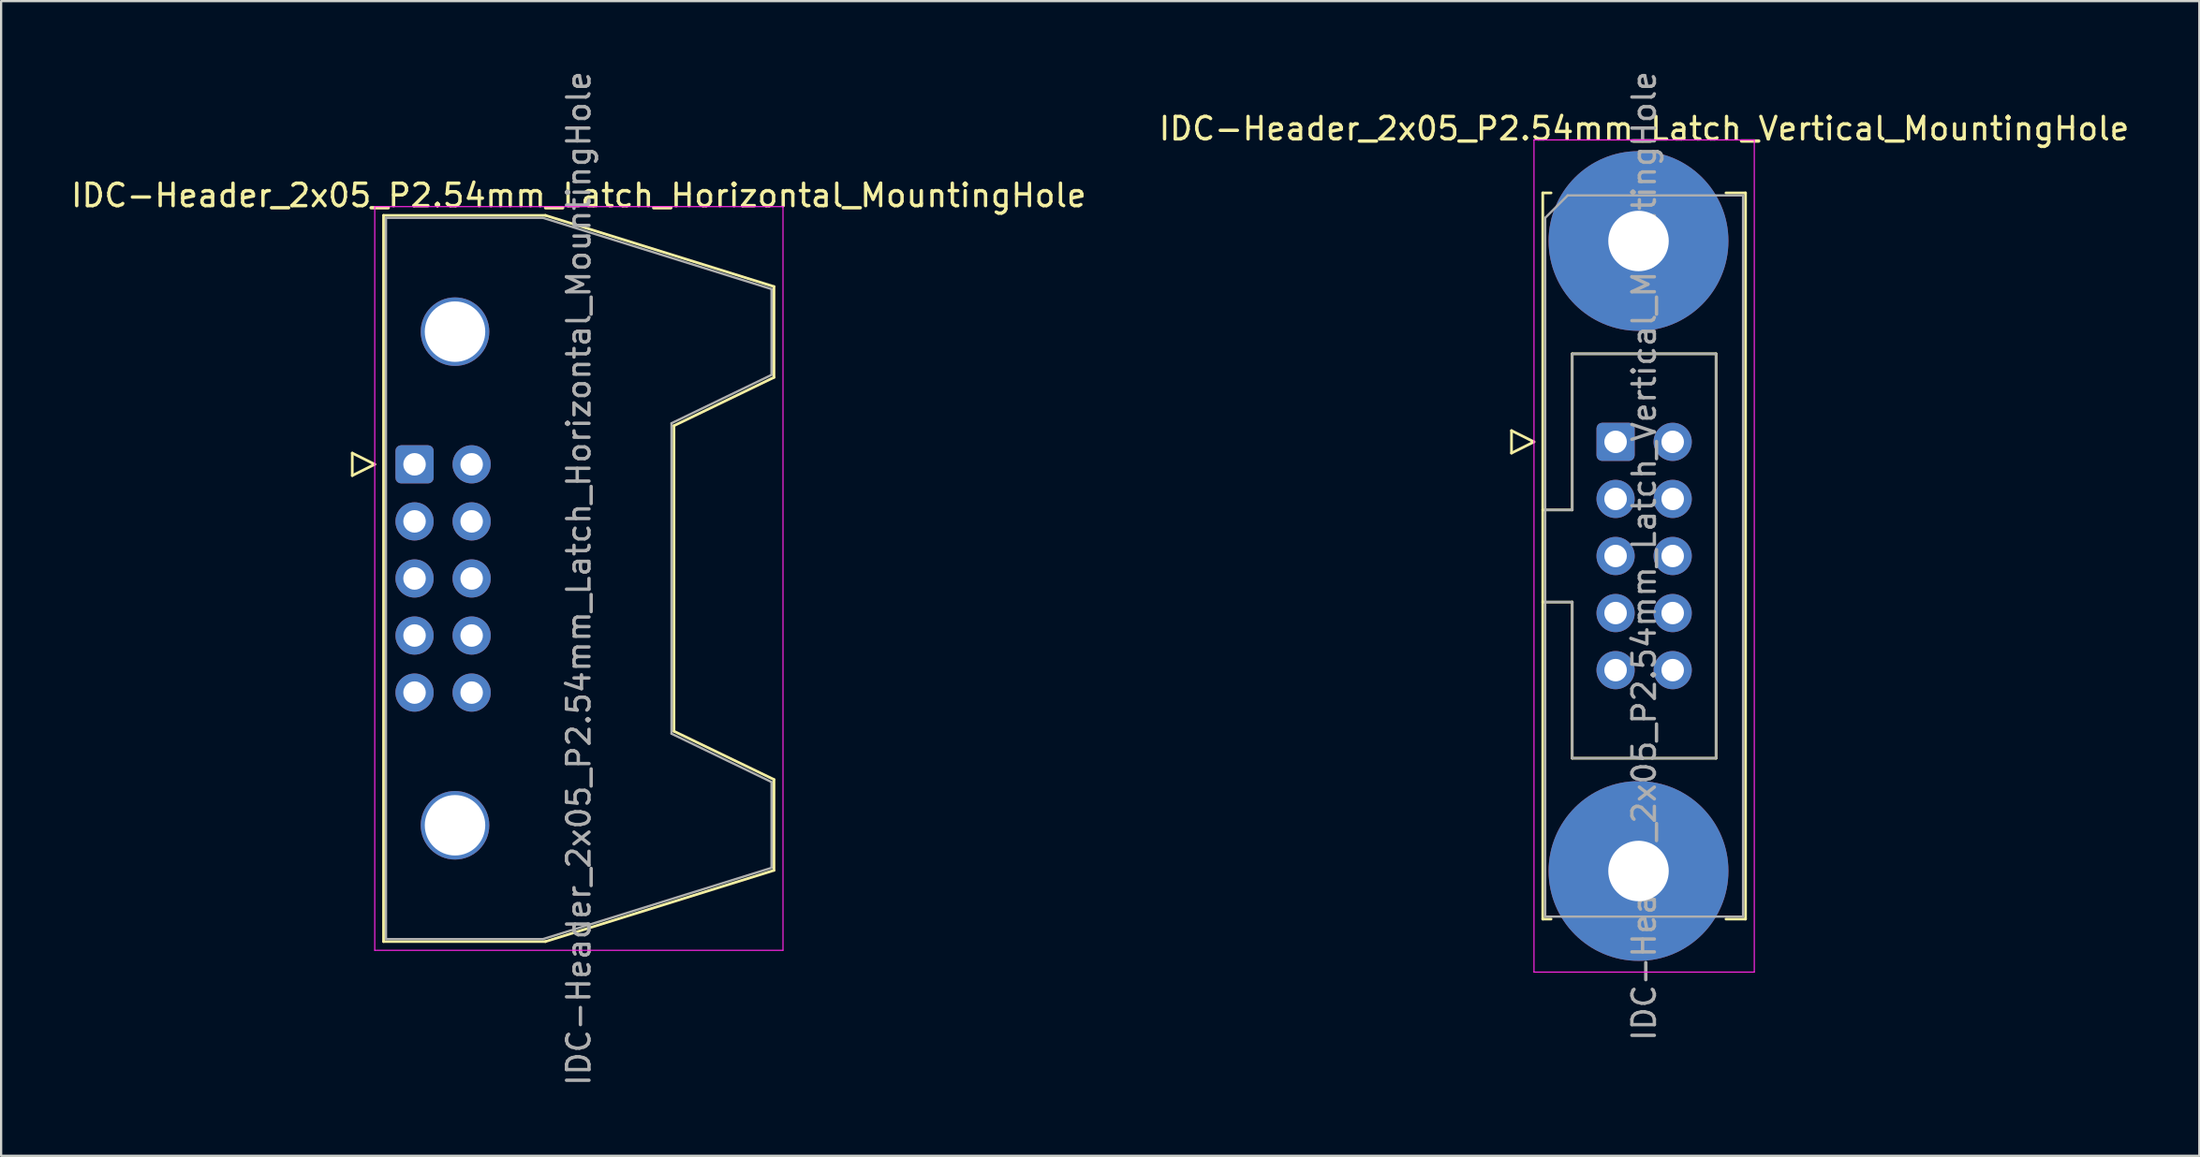
<source format=kicad_pcb>
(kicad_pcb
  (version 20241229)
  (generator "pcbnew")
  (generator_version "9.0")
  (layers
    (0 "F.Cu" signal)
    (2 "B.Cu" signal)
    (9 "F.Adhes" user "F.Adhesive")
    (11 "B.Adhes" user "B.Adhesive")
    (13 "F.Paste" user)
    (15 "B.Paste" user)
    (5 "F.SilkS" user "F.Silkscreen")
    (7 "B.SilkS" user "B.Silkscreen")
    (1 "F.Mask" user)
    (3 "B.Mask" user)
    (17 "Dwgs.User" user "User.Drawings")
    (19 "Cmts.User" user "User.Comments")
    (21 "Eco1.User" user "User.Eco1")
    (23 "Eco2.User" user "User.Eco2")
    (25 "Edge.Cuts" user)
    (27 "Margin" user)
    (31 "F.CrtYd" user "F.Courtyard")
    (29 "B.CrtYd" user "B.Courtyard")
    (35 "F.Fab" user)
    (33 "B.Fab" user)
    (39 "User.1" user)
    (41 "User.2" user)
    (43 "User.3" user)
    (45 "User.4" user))
  (footprint "IDC-Header_2x05_P2.54mm_Latch_Vertical_MountingHole"
    (layer "F.Cu")
    (at 68.819 16.616)
    (property "Reference" "IDC-Header_2x05_P2.54mm_Latch_Vertical_MountingHole" (at 1.27 -13.94 0) (layer "F.SilkS") (effects (font (size 1 1) (thickness 0.15))))
    (attr through_hole)
    (fp_line (start -4.63 -0.5) (end -4.63 0.5) (stroke (width 0.12) (type solid)) (layer "F.SilkS"))
    (fp_line (start -4.63 0.5) (end -3.63 0) (stroke (width 0.12) (type solid)) (layer "F.SilkS"))
    (fp_line (start -3.63 0) (end -4.63 -0.5) (stroke (width 0.12) (type solid)) (layer "F.SilkS"))
    (fp_line (start -3.24 -11.08) (end -3.24 21.24) (stroke (width 0.12) (type solid)) (layer "F.SilkS"))
    (fp_line (start -3.24 3.03) (end -1.93 3.03) (stroke (width 0.12) (type solid)) (layer "F.SilkS"))
    (fp_line (start -3.24 21.24) (end -2.87 21.24) (stroke (width 0.12) (type solid)) (layer "F.SilkS"))
    (fp_line (start -2.87 -11.08) (end -3.24 -11.08) (stroke (width 0.12) (type solid)) (layer "F.SilkS"))
    (fp_line (start -1.93 -3.92) (end 4.47 -3.92) (stroke (width 0.12) (type solid)) (layer "F.SilkS"))
    (fp_line (start -1.93 3.03) (end -1.93 -3.92) (stroke (width 0.12) (type solid)) (layer "F.SilkS"))
    (fp_line (start -1.93 7.13) (end -3.24 7.13) (stroke (width 0.12) (type solid)) (layer "F.SilkS"))
    (fp_line (start -1.93 7.13) (end -1.93 7.13) (stroke (width 0.12) (type solid)) (layer "F.SilkS"))
    (fp_line (start -1.93 14.08) (end -1.93 7.13) (stroke (width 0.12) (type solid)) (layer "F.SilkS"))
    (fp_line (start 4.47 -3.92) (end 4.47 14.08) (stroke (width 0.12) (type solid)) (layer "F.SilkS"))
    (fp_line (start 4.47 14.08) (end -1.93 14.08) (stroke (width 0.12) (type solid)) (layer "F.SilkS"))
    (fp_line (start 4.91 -11.08) (end 5.78 -11.08) (stroke (width 0.12) (type solid)) (layer "F.SilkS"))
    (fp_line (start 5.78 -11.08) (end 5.78 21.24) (stroke (width 0.12) (type solid)) (layer "F.SilkS"))
    (fp_line (start 5.78 21.24) (end 4.91 21.24) (stroke (width 0.12) (type solid)) (layer "F.SilkS"))
    (fp_line (start -3.63 -13.44) (end -3.63 23.6) (stroke (width 0.05) (type solid)) (layer "F.CrtYd"))
    (fp_line (start -3.63 23.6) (end 6.17 23.6) (stroke (width 0.05) (type solid)) (layer "F.CrtYd"))
    (fp_line (start 6.17 -13.44) (end -3.63 -13.44) (stroke (width 0.05) (type solid)) (layer "F.CrtYd"))
    (fp_line (start 6.17 23.6) (end 6.17 -13.44) (stroke (width 0.05) (type solid)) (layer "F.CrtYd"))
    (fp_line (start -3.13 -9.97) (end -2.13 -10.97) (stroke (width 0.1) (type solid)) (layer "F.Fab"))
    (fp_line (start -3.13 3.03) (end -1.93 3.03) (stroke (width 0.1) (type solid)) (layer "F.Fab"))
    (fp_line (start -3.13 21.13) (end -3.13 -9.97) (stroke (width 0.1) (type solid)) (layer "F.Fab"))
    (fp_line (start -2.13 -10.97) (end 5.67 -10.97) (stroke (width 0.1) (type solid)) (layer "F.Fab"))
    (fp_line (start -1.93 -3.92) (end 4.47 -3.92) (stroke (width 0.1) (type solid)) (layer "F.Fab"))
    (fp_line (start -1.93 3.03) (end -1.93 -3.92) (stroke (width 0.1) (type solid)) (layer "F.Fab"))
    (fp_line (start -1.93 7.13) (end -3.13 7.13) (stroke (width 0.1) (type solid)) (layer "F.Fab"))
    (fp_line (start -1.93 7.13) (end -1.93 7.13) (stroke (width 0.1) (type solid)) (layer "F.Fab"))
    (fp_line (start -1.93 14.08) (end -1.93 7.13) (stroke (width 0.1) (type solid)) (layer "F.Fab"))
    (fp_line (start 4.47 -3.92) (end 4.47 14.08) (stroke (width 0.1) (type solid)) (layer "F.Fab"))
    (fp_line (start 4.47 14.08) (end -1.93 14.08) (stroke (width 0.1) (type solid)) (layer "F.Fab"))
    (fp_line (start 5.67 -10.97) (end 5.67 21.13) (stroke (width 0.1) (type solid)) (layer "F.Fab"))
    (fp_line (start 5.67 21.13) (end -3.13 21.13) (stroke (width 0.1) (type solid)) (layer "F.Fab"))
    (fp_text user "${REFERENCE}" (at 1.27 5.08 90) (layer "F.Fab") (effects (font (size 1 1) (thickness 0.15))))
    (pad "" thru_hole circle (at 1.02 -8.94) (size 8 8) (drill 2.69) (layers "*.Cu" "*.Mask"))
    (pad "" thru_hole circle (at 1.02 19.1) (size 8 8) (drill 2.69) (layers "*.Cu" "*.Mask"))
    (pad "1" thru_hole roundrect (at 0 0) (size 1.7 1.7) (drill 1) (layers "*.Cu" "*.Mask") (roundrect_rratio 0.147))
    (pad "2" thru_hole circle (at 2.54 0) (size 1.7 1.7) (drill 1) (layers "*.Cu" "*.Mask"))
    (pad "3" thru_hole circle (at 0 2.54) (size 1.7 1.7) (drill 1) (layers "*.Cu" "*.Mask"))
    (pad "4" thru_hole circle (at 2.54 2.54) (size 1.7 1.7) (drill 1) (layers "*.Cu" "*.Mask"))
    (pad "5" thru_hole circle (at 0 5.08) (size 1.7 1.7) (drill 1) (layers "*.Cu" "*.Mask"))
    (pad "6" thru_hole circle (at 2.54 5.08) (size 1.7 1.7) (drill 1) (layers "*.Cu" "*.Mask"))
    (pad "7" thru_hole circle (at 0 7.62) (size 1.7 1.7) (drill 1) (layers "*.Cu" "*.Mask"))
    (pad "8" thru_hole circle (at 2.54 7.62) (size 1.7 1.7) (drill 1) (layers "*.Cu" "*.Mask"))
    (pad "9" thru_hole circle (at 0 10.16) (size 1.7 1.7) (drill 1) (layers "*.Cu" "*.Mask"))
    (pad "10" thru_hole circle (at 2.54 10.16) (size 1.7 1.7) (drill 1) (layers "*.Cu" "*.Mask")))
  (footprint "IDC-Header_2x05_P2.54mm_Latch_Horizontal_MountingHole"
    (layer "F.Cu")
    (at 15.391 17.616)
    (property "Reference" "IDC-Header_2x05_P2.54mm_Latch_Horizontal_MountingHole" (at 7.305 -11.97 0) (layer "F.SilkS") (effects (font (size 1 1) (thickness 0.15))))
    (attr through_hole)
    (fp_line (start -2.77 -0.5) (end -2.77 0.5) (stroke (width 0.12) (type solid)) (layer "F.SilkS"))
    (fp_line (start -2.77 0.5) (end -1.77 0) (stroke (width 0.12) (type solid)) (layer "F.SilkS"))
    (fp_line (start -1.77 0) (end -2.77 -0.5) (stroke (width 0.12) (type solid)) (layer "F.SilkS"))
    (fp_line (start -1.38 -11.08) (end 5.82 -11.08) (stroke (width 0.12) (type solid)) (layer "F.SilkS"))
    (fp_line (start -1.38 21.24) (end -1.38 -11.08) (stroke (width 0.12) (type solid)) (layer "F.SilkS"))
    (fp_line (start 5.82 -11.08) (end 15.99 -7.91) (stroke (width 0.12) (type solid)) (layer "F.SilkS"))
    (fp_line (start 5.82 21.24) (end -1.38 21.24) (stroke (width 0.12) (type solid)) (layer "F.SilkS"))
    (fp_line (start 11.54 -1.72) (end 11.54 11.88) (stroke (width 0.12) (type solid)) (layer "F.SilkS"))
    (fp_line (start 11.54 11.88) (end 15.99 14.03) (stroke (width 0.12) (type solid)) (layer "F.SilkS"))
    (fp_line (start 15.99 -7.91) (end 15.99 -3.87) (stroke (width 0.12) (type solid)) (layer "F.SilkS"))
    (fp_line (start 15.99 -3.87) (end 11.54 -1.72) (stroke (width 0.12) (type solid)) (layer "F.SilkS"))
    (fp_line (start 15.99 14.03) (end 15.99 18.07) (stroke (width 0.12) (type solid)) (layer "F.SilkS"))
    (fp_line (start 15.99 18.07) (end 5.82 21.24) (stroke (width 0.12) (type solid)) (layer "F.SilkS"))
    (fp_line (start -1.77 -11.47) (end -1.77 21.63) (stroke (width 0.05) (type solid)) (layer "F.CrtYd"))
    (fp_line (start -1.77 21.63) (end 16.39 21.63) (stroke (width 0.05) (type solid)) (layer "F.CrtYd"))
    (fp_line (start 16.39 -11.47) (end -1.77 -11.47) (stroke (width 0.05) (type solid)) (layer "F.CrtYd"))
    (fp_line (start 16.39 21.63) (end 16.39 -11.47) (stroke (width 0.05) (type solid)) (layer "F.CrtYd"))
    (fp_line (start -1.27 -10.97) (end 5.71 -10.97) (stroke (width 0.1) (type solid)) (layer "F.Fab"))
    (fp_line (start -1.27 21.13) (end -1.27 -10.97) (stroke (width 0.1) (type solid)) (layer "F.Fab"))
    (fp_line (start 5.71 -10.97) (end 15.88 -7.8) (stroke (width 0.1) (type solid)) (layer "F.Fab"))
    (fp_line (start 5.71 21.13) (end -1.27 21.13) (stroke (width 0.1) (type solid)) (layer "F.Fab"))
    (fp_line (start 11.43 -1.83) (end 11.43 11.99) (stroke (width 0.1) (type solid)) (layer "F.Fab"))
    (fp_line (start 11.43 11.99) (end 15.88 14.14) (stroke (width 0.1) (type solid)) (layer "F.Fab"))
    (fp_line (start 15.88 -7.8) (end 15.88 -3.98) (stroke (width 0.1) (type solid)) (layer "F.Fab"))
    (fp_line (start 15.88 -3.98) (end 11.43 -1.83) (stroke (width 0.1) (type solid)) (layer "F.Fab"))
    (fp_line (start 15.88 14.14) (end 15.88 17.96) (stroke (width 0.1) (type solid)) (layer "F.Fab"))
    (fp_line (start 15.88 17.96) (end 5.71 21.13) (stroke (width 0.1) (type solid)) (layer "F.Fab"))
    (fp_text user "${REFERENCE}" (at 7.305 5.08 90) (layer "F.Fab") (effects (font (size 1 1) (thickness 0.15))))
    (pad "" thru_hole circle (at 1.8 -5.905) (size 3.05 3.05) (drill 2.69) (layers "*.Cu" "*.Mask"))
    (pad "" thru_hole circle (at 1.8 16.065) (size 3.05 3.05) (drill 2.69) (layers "*.Cu" "*.Mask"))
    (pad "1" thru_hole roundrect (at 0 0) (size 1.7 1.7) (drill 1) (layers "*.Cu" "*.Mask") (roundrect_rratio 0.147))
    (pad "2" thru_hole circle (at 2.54 0) (size 1.7 1.7) (drill 1) (layers "*.Cu" "*.Mask"))
    (pad "3" thru_hole circle (at 0 2.54) (size 1.7 1.7) (drill 1) (layers "*.Cu" "*.Mask"))
    (pad "4" thru_hole circle (at 2.54 2.54) (size 1.7 1.7) (drill 1) (layers "*.Cu" "*.Mask"))
    (pad "5" thru_hole circle (at 0 5.08) (size 1.7 1.7) (drill 1) (layers "*.Cu" "*.Mask"))
    (pad "6" thru_hole circle (at 2.54 5.08) (size 1.7 1.7) (drill 1) (layers "*.Cu" "*.Mask"))
    (pad "7" thru_hole circle (at 0 7.62) (size 1.7 1.7) (drill 1) (layers "*.Cu" "*.Mask"))
    (pad "8" thru_hole circle (at 2.54 7.62) (size 1.7 1.7) (drill 1) (layers "*.Cu" "*.Mask"))
    (pad "9" thru_hole circle (at 0 10.16) (size 1.7 1.7) (drill 1) (layers "*.Cu" "*.Mask"))
    (pad "10" thru_hole circle (at 2.54 10.16) (size 1.7 1.7) (drill 1) (layers "*.Cu" "*.Mask")))
  (gr_rect
    (start -3 -3)
    (end 94.786 48.393)
    (stroke (width 0.1) (type default))
    (fill no)
    (layer "Edge.Cuts")))
</source>
